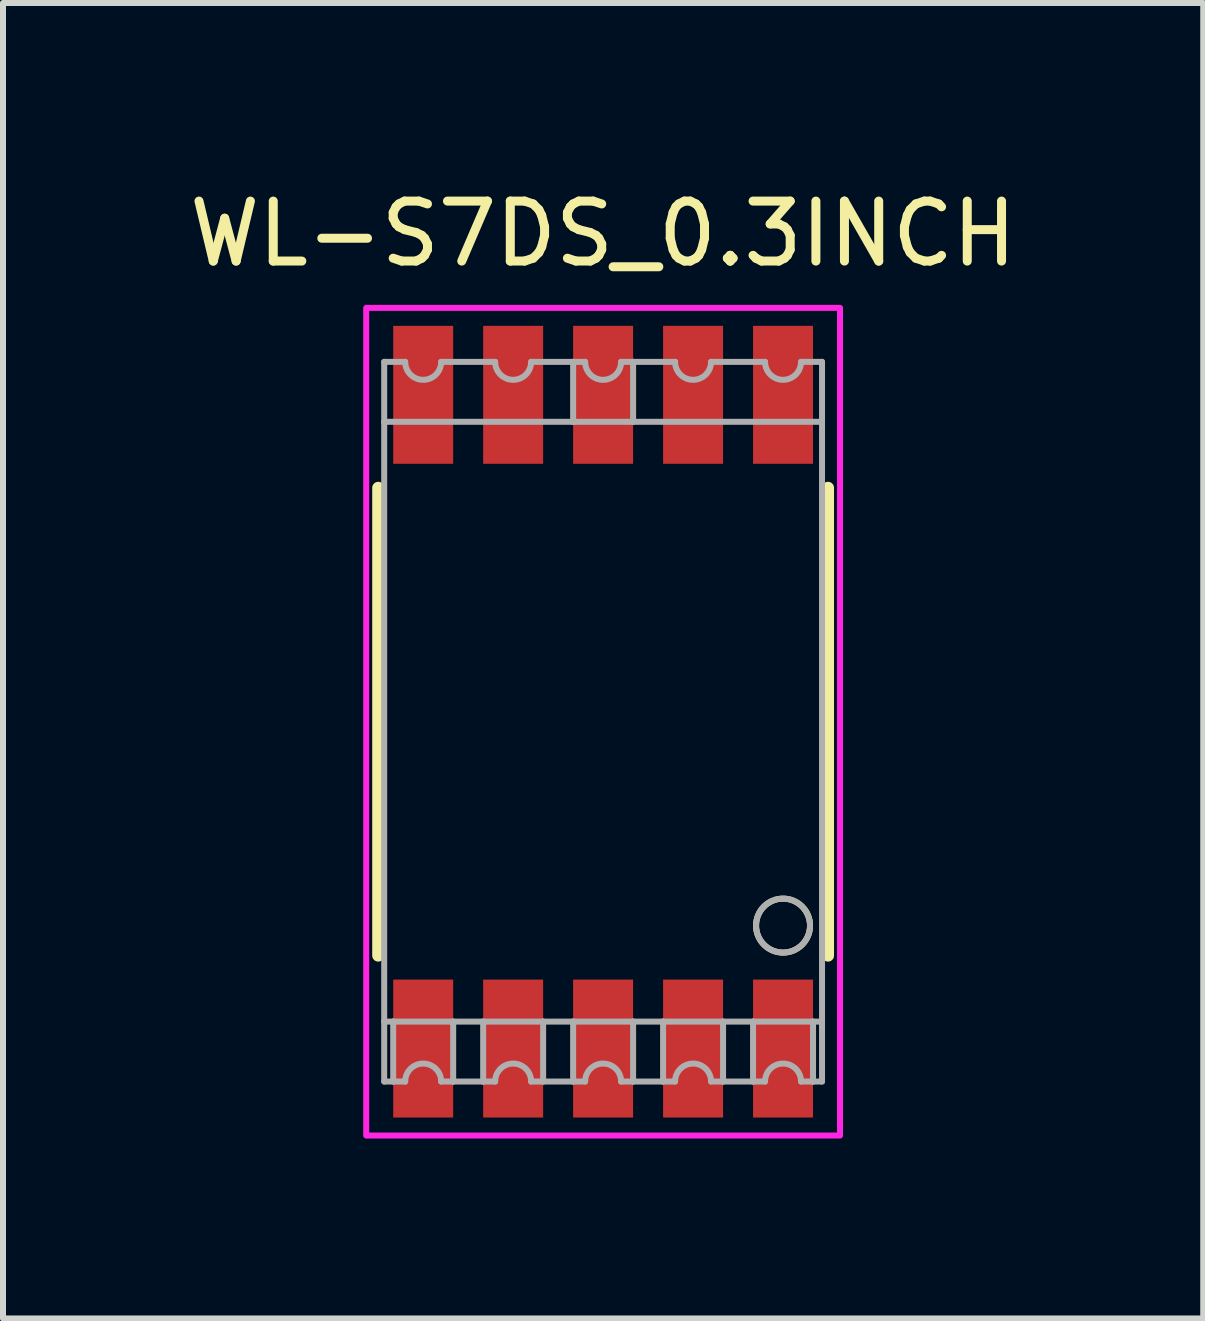
<source format=kicad_pcb>
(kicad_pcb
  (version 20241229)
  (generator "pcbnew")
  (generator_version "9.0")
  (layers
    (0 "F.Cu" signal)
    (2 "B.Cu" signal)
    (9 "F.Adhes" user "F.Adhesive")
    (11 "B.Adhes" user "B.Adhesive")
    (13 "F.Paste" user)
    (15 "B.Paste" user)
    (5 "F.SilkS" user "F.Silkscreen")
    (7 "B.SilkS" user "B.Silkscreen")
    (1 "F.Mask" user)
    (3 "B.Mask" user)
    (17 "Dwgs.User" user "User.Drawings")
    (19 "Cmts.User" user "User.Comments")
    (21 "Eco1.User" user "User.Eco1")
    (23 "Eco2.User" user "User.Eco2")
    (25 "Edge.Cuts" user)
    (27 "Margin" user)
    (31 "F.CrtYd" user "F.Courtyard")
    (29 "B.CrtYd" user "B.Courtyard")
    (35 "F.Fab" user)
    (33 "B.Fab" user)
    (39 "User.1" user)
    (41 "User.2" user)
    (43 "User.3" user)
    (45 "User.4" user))
  (footprint "WL-S7DS_0.3INCH"
    (layer "F.Cu")
    (at 7.006 8.983)
    (property "Reference" "WL-S7DS_0.3INCH" (at 0 -8.135 0) (layer "F.SilkS") (effects (font (size 1 1) (thickness 0.15))))
    (attr smd)
    (fp_line (start -3.75 -3.9) (end -3.75 3.9) (stroke (width 0.2) (type solid)) (layer "F.SilkS"))
    (fp_line (start 3.75 -3.9) (end 3.75 3.9) (stroke (width 0.2) (type solid)) (layer "F.SilkS"))
    (fp_circle (center 3 3.4) (end 3.45 3.4) (stroke (width 0.1) (type solid)) (fill no) (layer "F.SilkS"))
    (fp_poly (pts (xy 3.95 6.9) (xy -3.95 6.9) (xy -3.95 -6.9) (xy 3.95 -6.9)) (stroke (width 0.1) (type solid)) (fill no) (layer "F.CrtYd"))
    (fp_line (start -3.65 -6) (end -3.3 -6) (stroke (width 0.1) (type solid)) (layer "F.Fab"))
    (fp_line (start -3.65 -5) (end -3.65 -6) (stroke (width 0.1) (type solid)) (layer "F.Fab"))
    (fp_line (start -3.65 -5) (end -0.5 -5) (stroke (width 0.1) (type solid)) (layer "F.Fab"))
    (fp_line (start -3.65 5) (end -3.65 -5) (stroke (width 0.1) (type solid)) (layer "F.Fab"))
    (fp_line (start -3.65 5) (end -3.5 5) (stroke (width 0.1) (type solid)) (layer "F.Fab"))
    (fp_line (start -3.65 6) (end -3.65 5) (stroke (width 0.1) (type solid)) (layer "F.Fab"))
    (fp_line (start -3.5 5) (end -2.5 5) (stroke (width 0.1) (type solid)) (layer "F.Fab"))
    (fp_line (start -3.5 6) (end -3.65 6) (stroke (width 0.1) (type solid)) (layer "F.Fab"))
    (fp_line (start -3.5 6) (end -3.5 5) (stroke (width 0.1) (type solid)) (layer "F.Fab"))
    (fp_line (start -3.3 6) (end -3.5 6) (stroke (width 0.1) (type solid)) (layer "F.Fab"))
    (fp_line (start -2.7 -6) (end -1.8 -6) (stroke (width 0.1) (type solid)) (layer "F.Fab"))
    (fp_line (start -2.5 5) (end -2.5 6) (stroke (width 0.1) (type solid)) (layer "F.Fab"))
    (fp_line (start -2.5 5) (end -2 5) (stroke (width 0.1) (type solid)) (layer "F.Fab"))
    (fp_line (start -2.5 6) (end -2.7 6) (stroke (width 0.1) (type solid)) (layer "F.Fab"))
    (fp_line (start -2 5) (end -1 5) (stroke (width 0.1) (type solid)) (layer "F.Fab"))
    (fp_line (start -2 6) (end -2.5 6) (stroke (width 0.1) (type solid)) (layer "F.Fab"))
    (fp_line (start -2 6) (end -2 5) (stroke (width 0.1) (type solid)) (layer "F.Fab"))
    (fp_line (start -1.8 6) (end -2 6) (stroke (width 0.1) (type solid)) (layer "F.Fab"))
    (fp_line (start -1.2 -6) (end -0.5 -6) (stroke (width 0.1) (type solid)) (layer "F.Fab"))
    (fp_line (start -1 5) (end -1 6) (stroke (width 0.1) (type solid)) (layer "F.Fab"))
    (fp_line (start -1 5) (end -0.5 5) (stroke (width 0.1) (type solid)) (layer "F.Fab"))
    (fp_line (start -1 6) (end -1.2 6) (stroke (width 0.1) (type solid)) (layer "F.Fab"))
    (fp_line (start -0.5 -6) (end -0.3 -6) (stroke (width 0.1) (type solid)) (layer "F.Fab"))
    (fp_line (start -0.5 -5) (end -0.5 -6) (stroke (width 0.1) (type solid)) (layer "F.Fab"))
    (fp_line (start -0.5 -5) (end 0.5 -5) (stroke (width 0.1) (type solid)) (layer "F.Fab"))
    (fp_line (start -0.5 5) (end 0.5 5) (stroke (width 0.1) (type solid)) (layer "F.Fab"))
    (fp_line (start -0.5 6) (end -1 6) (stroke (width 0.1) (type solid)) (layer "F.Fab"))
    (fp_line (start -0.5 6) (end -0.5 5) (stroke (width 0.1) (type solid)) (layer "F.Fab"))
    (fp_line (start -0.3 6) (end -0.5 6) (stroke (width 0.1) (type solid)) (layer "F.Fab"))
    (fp_line (start 0.3 -6) (end 0.5 -6) (stroke (width 0.1) (type solid)) (layer "F.Fab"))
    (fp_line (start 0.5 -6) (end 0.5 -5) (stroke (width 0.1) (type solid)) (layer "F.Fab"))
    (fp_line (start 0.5 -6) (end 1.2 -6) (stroke (width 0.1) (type solid)) (layer "F.Fab"))
    (fp_line (start 0.5 -5) (end 3.65 -5) (stroke (width 0.1) (type solid)) (layer "F.Fab"))
    (fp_line (start 0.5 5) (end 0.5 6) (stroke (width 0.1) (type solid)) (layer "F.Fab"))
    (fp_line (start 0.5 5) (end 1 5) (stroke (width 0.1) (type solid)) (layer "F.Fab"))
    (fp_line (start 0.5 6) (end 0.3 6) (stroke (width 0.1) (type solid)) (layer "F.Fab"))
    (fp_line (start 1 5) (end 2 5) (stroke (width 0.1) (type solid)) (layer "F.Fab"))
    (fp_line (start 1 6) (end 0.5 6) (stroke (width 0.1) (type solid)) (layer "F.Fab"))
    (fp_line (start 1 6) (end 1 5) (stroke (width 0.1) (type solid)) (layer "F.Fab"))
    (fp_line (start 1.2 6) (end 1 6) (stroke (width 0.1) (type solid)) (layer "F.Fab"))
    (fp_line (start 1.8 -6) (end 2.7 -6) (stroke (width 0.1) (type solid)) (layer "F.Fab"))
    (fp_line (start 2 5) (end 2 6) (stroke (width 0.1) (type solid)) (layer "F.Fab"))
    (fp_line (start 2 5) (end 2.5 5) (stroke (width 0.1) (type solid)) (layer "F.Fab"))
    (fp_line (start 2 6) (end 1.8 6) (stroke (width 0.1) (type solid)) (layer "F.Fab"))
    (fp_line (start 2.5 5) (end 3.5 5) (stroke (width 0.1) (type solid)) (layer "F.Fab"))
    (fp_line (start 2.5 6) (end 2 6) (stroke (width 0.1) (type solid)) (layer "F.Fab"))
    (fp_line (start 2.5 6) (end 2.5 5) (stroke (width 0.1) (type solid)) (layer "F.Fab"))
    (fp_line (start 2.7 6) (end 2.5 6) (stroke (width 0.1) (type solid)) (layer "F.Fab"))
    (fp_line (start 3.3 -6) (end 3.65 -6) (stroke (width 0.1) (type solid)) (layer "F.Fab"))
    (fp_line (start 3.5 5) (end 3.5 6) (stroke (width 0.1) (type solid)) (layer "F.Fab"))
    (fp_line (start 3.5 5) (end 3.65 5) (stroke (width 0.1) (type solid)) (layer "F.Fab"))
    (fp_line (start 3.5 6) (end 3.3 6) (stroke (width 0.1) (type solid)) (layer "F.Fab"))
    (fp_line (start 3.65 -6) (end 3.65 -5) (stroke (width 0.1) (type solid)) (layer "F.Fab"))
    (fp_line (start 3.65 -5) (end 3.65 5) (stroke (width 0.1) (type solid)) (layer "F.Fab"))
    (fp_line (start 3.65 5) (end 3.65 6) (stroke (width 0.1) (type solid)) (layer "F.Fab"))
    (fp_line (start 3.65 6) (end 3.5 6) (stroke (width 0.1) (type solid)) (layer "F.Fab"))
    (fp_arc (start -3.3 6) (mid -3 5.7) (end -2.7 6) (stroke (width 0.1) (type solid)) (layer "F.Fab"))
    (fp_arc (start -2.7 -6) (mid -3 -5.7) (end -3.3 -6) (stroke (width 0.1) (type solid)) (layer "F.Fab"))
    (fp_arc (start -1.8 6) (mid -1.5 5.7) (end -1.2 6) (stroke (width 0.1) (type solid)) (layer "F.Fab"))
    (fp_arc (start -1.2 -6) (mid -1.5 -5.7) (end -1.8 -6) (stroke (width 0.1) (type solid)) (layer "F.Fab"))
    (fp_arc (start -0.3 6) (mid 0 5.7) (end 0.3 6) (stroke (width 0.1) (type solid)) (layer "F.Fab"))
    (fp_arc (start 0.3 -6) (mid 0 -5.7) (end -0.3 -6) (stroke (width 0.1) (type solid)) (layer "F.Fab"))
    (fp_arc (start 1.2 6) (mid 1.5 5.7) (end 1.8 6) (stroke (width 0.1) (type solid)) (layer "F.Fab"))
    (fp_arc (start 1.8 -6) (mid 1.5 -5.7) (end 1.2 -6) (stroke (width 0.1) (type solid)) (layer "F.Fab"))
    (fp_arc (start 2.7 6) (mid 3 5.7) (end 3.3 6) (stroke (width 0.1) (type solid)) (layer "F.Fab"))
    (fp_arc (start 3.3 -6) (mid 3 -5.7) (end 2.7 -6) (stroke (width 0.1) (type solid)) (layer "F.Fab"))
    (fp_circle (center 3 3.4) (end 3.45 3.4) (stroke (width 0.1) (type solid)) (fill no) (layer "F.Fab"))
    (pad "1" smd rect (at -3 5.45) (size 1 2.3) (layers "F.Cu" "F.Mask" "F.Paste"))
    (pad "2" smd rect (at -1.5 5.45) (size 1 2.3) (layers "F.Cu" "F.Mask" "F.Paste"))
    (pad "3" smd rect (at 0 5.45) (size 1 2.3) (layers "F.Cu" "F.Mask" "F.Paste"))
    (pad "4" smd rect (at 1.5 5.45) (size 1 2.3) (layers "F.Cu" "F.Mask" "F.Paste"))
    (pad "5" smd rect (at 3 5.45) (size 1 2.3) (layers "F.Cu" "F.Mask" "F.Paste"))
    (pad "6" smd rect (at 3 -5.45) (size 1 2.3) (layers "F.Cu" "F.Mask" "F.Paste"))
    (pad "7" smd rect (at 1.5 -5.45) (size 1 2.3) (layers "F.Cu" "F.Mask" "F.Paste"))
    (pad "8" smd rect (at 0 -5.45) (size 1 2.3) (layers "F.Cu" "F.Mask" "F.Paste"))
    (pad "9" smd rect (at -1.5 -5.45) (size 1 2.3) (layers "F.Cu" "F.Mask" "F.Paste"))
    (pad "10" smd rect (at -3 -5.45) (size 1 2.3) (layers "F.Cu" "F.Mask" "F.Paste")))
  (gr_rect
    (start -3 -3)
    (end 17.012 18.933)
    (stroke (width 0.1) (type default))
    (fill no)
    (layer "Edge.Cuts")))
</source>
